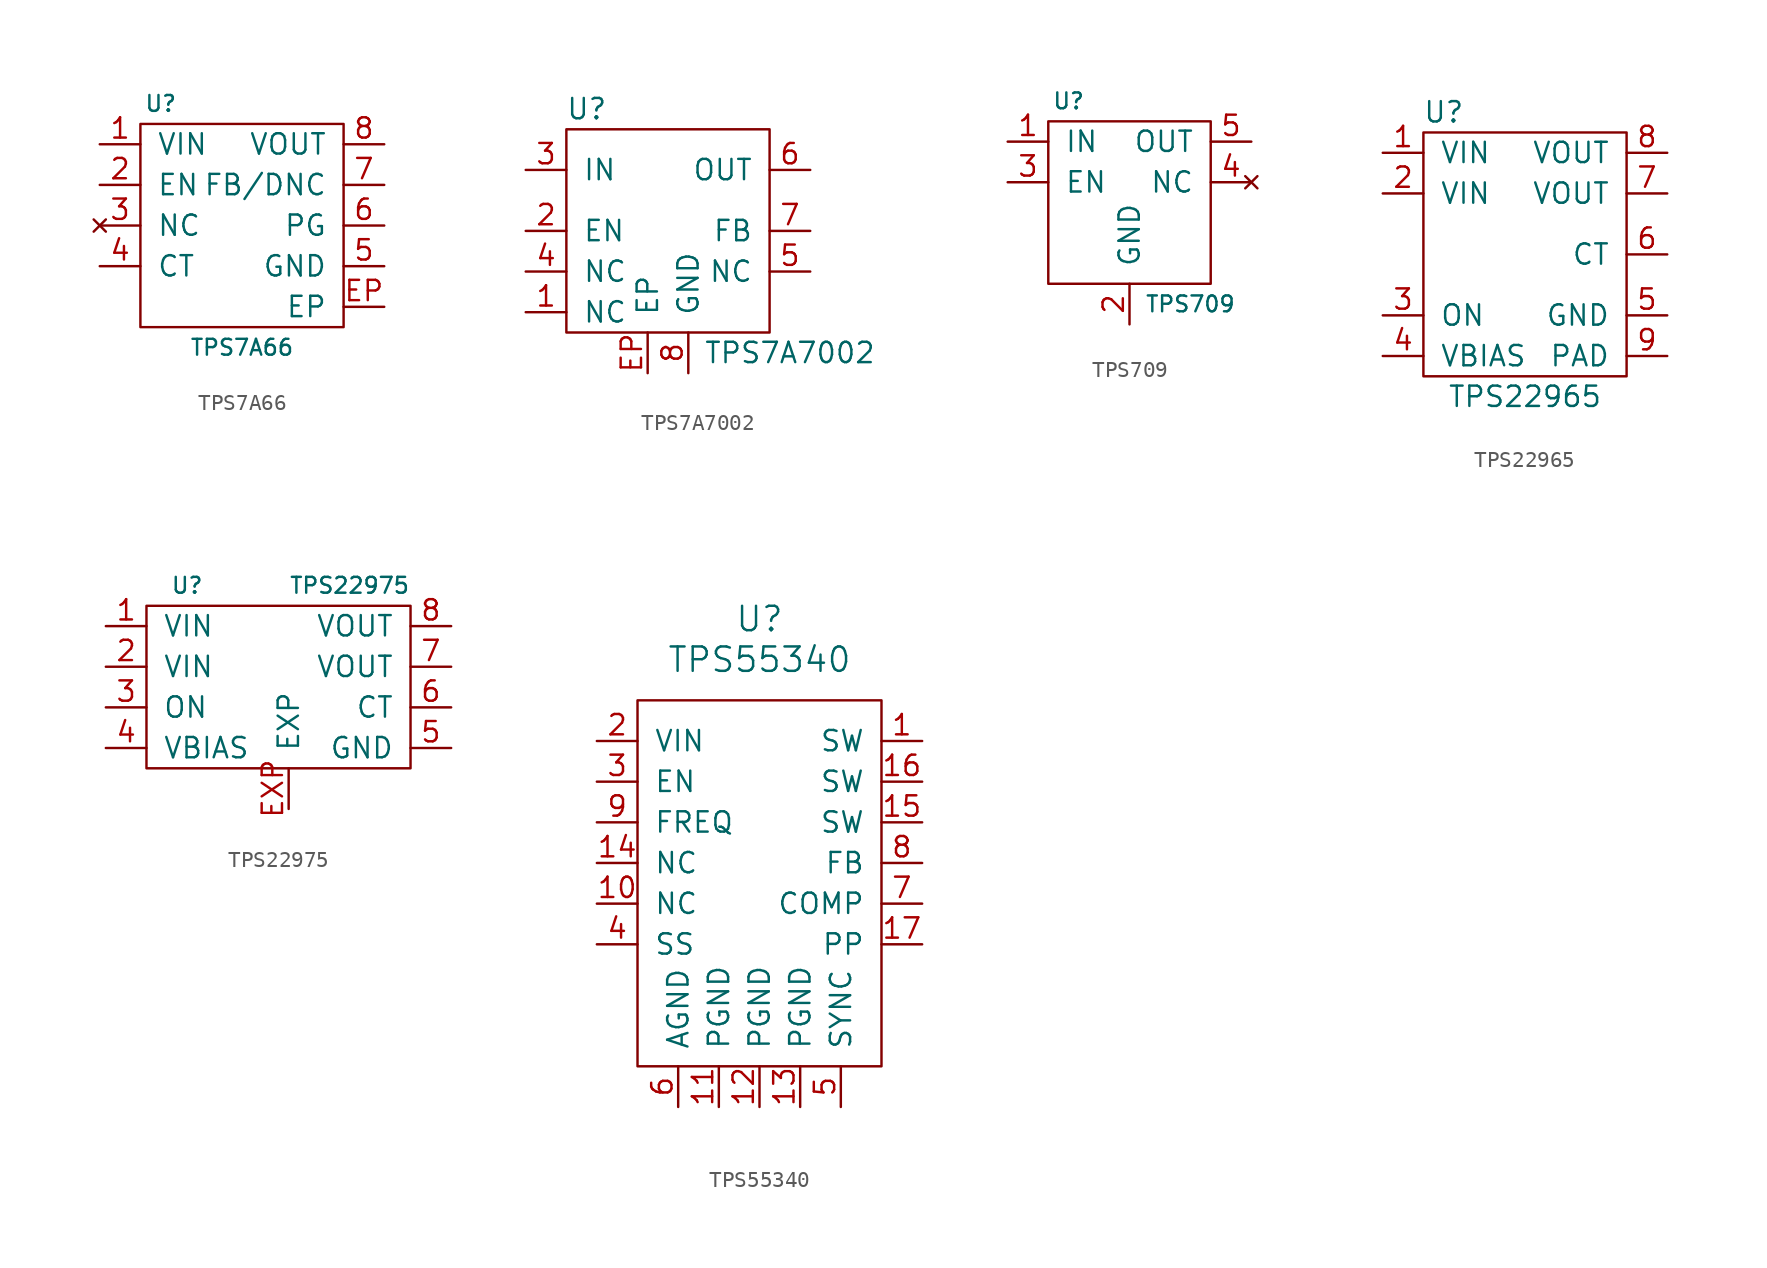
<source format=kicad_sym>
(kicad_symbol_lib
  (version 20211014)
  (generator kicad_symbol_editor)
  (symbol "TPS7A66"
    (pin_names
      (offset 1.016))
    (property "Reference" "U"
      (at -5.08 7.62 0)
      (effects (font (size 0.991 0.991))))
    (property "Value" "TPS7A66"
      (at 0 -7.62 0)
      (effects (font (size 0.991 0.991))))
    (symbol "TPS7A66_0_1"
      (rectangle (start -6.35 6.35) (end 6.35 -6.35) (stroke (width 0) (type default) (color 0 0 0 0)) (fill (type none))))
    (symbol "TPS7A66_1_1"
      (pin passive line (at -8.89 5.08 0) (length 2.54) (name "VIN" (effects (font (size 1.27 1.27)))) (number "1" (effects (font (size 1.27 1.27)))))
      (pin passive line (at -8.89 2.54 0) (length 2.54) (name "EN" (effects (font (size 1.27 1.27)))) (number "2" (effects (font (size 1.27 1.27)))))
      (pin no_connect line (at -8.89 0 0) (length 2.54) (name "NC" (effects (font (size 1.27 1.27)))) (number "3" (effects (font (size 1.27 1.27)))))
      (pin passive line (at -8.89 -2.54 0) (length 2.54) (name "CT" (effects (font (size 1.27 1.27)))) (number "4" (effects (font (size 1.27 1.27)))))
      (pin passive line (at 8.89 -2.54 180) (length 2.54) (name "GND" (effects (font (size 1.27 1.27)))) (number "5" (effects (font (size 1.27 1.27)))))
      (pin passive line (at 8.89 0 180) (length 2.54) (name "PG" (effects (font (size 1.27 1.27)))) (number "6" (effects (font (size 1.27 1.27)))))
      (pin passive line (at 8.89 2.54 180) (length 2.54) (name "FB/DNC" (effects (font (size 1.27 1.27)))) (number "7" (effects (font (size 1.27 1.27)))))
      (pin passive line (at 8.89 5.08 180) (length 2.54) (name "VOUT" (effects (font (size 1.27 1.27)))) (number "8" (effects (font (size 1.27 1.27)))))
      (pin input line (at 8.89 -5.08 180) (length 2.54) (name "EP" (effects (font (size 1.27 1.27)))) (number "EP" (effects (font (size 1.27 1.27)))))))
  (symbol "TPS7A7002"
    (pin_names
      (offset 1.016))
    (property "Reference" "U"
      (at -5.08 7.62 0)
      (effects (font (size 1.27 1.27))))
    (property "Value" "TPS7A7002"
      (at 7.62 -7.62 0)
      (effects (font (size 1.27 1.27))))
    (symbol "TPS7A7002_0_1"
      (rectangle (start -6.35 6.35) (end 6.35 -6.35) (stroke (width 0) (type default) (color 0 0 0 0)) (fill (type none))))
    (symbol "TPS7A7002_1_1"
      (pin passive line (at -8.89 -5.08 0) (length 2.54) (name "NC" (effects (font (size 1.27 1.27)))) (number "1" (effects (font (size 1.27 1.27)))))
      (pin passive line (at -8.89 0 0) (length 2.54) (name "EN" (effects (font (size 1.27 1.27)))) (number "2" (effects (font (size 1.27 1.27)))))
      (pin passive line (at -8.89 3.81 0) (length 2.54) (name "IN" (effects (font (size 1.27 1.27)))) (number "3" (effects (font (size 1.27 1.27)))))
      (pin passive line (at -8.89 -2.54 0) (length 2.54) (name "NC" (effects (font (size 1.27 1.27)))) (number "4" (effects (font (size 1.27 1.27)))))
      (pin passive line (at 8.89 -2.54 180) (length 2.54) (name "NC" (effects (font (size 1.27 1.27)))) (number "5" (effects (font (size 1.27 1.27)))))
      (pin passive line (at 8.89 3.81 180) (length 2.54) (name "OUT" (effects (font (size 1.27 1.27)))) (number "6" (effects (font (size 1.27 1.27)))))
      (pin passive line (at 8.89 0 180) (length 2.54) (name "FB" (effects (font (size 1.27 1.27)))) (number "7" (effects (font (size 1.27 1.27)))))
      (pin passive line (at 1.27 -8.89 90) (length 2.54) (name "GND" (effects (font (size 1.27 1.27)))) (number "8" (effects (font (size 1.27 1.27)))))
      (pin passive line (at -1.27 -8.89 90) (length 2.54) (name "EP" (effects (font (size 1.27 1.27)))) (number "EP" (effects (font (size 1.27 1.27)))))))
  (symbol "TPS709"
    (pin_names
      (offset 1.016))
    (property "Reference" "U"
      (at -3.81 6.35 0)
      (effects (font (size 0.991 0.991))))
    (property "Value" "TPS709"
      (at 3.81 -6.35 0)
      (effects (font (size 0.991 0.991))))
    (symbol "TPS709_0_1"
      (rectangle (start -5.08 5.08) (end 5.08 -5.08) (stroke (width 0) (type default) (color 0 0 0 0)) (fill (type none))))
    (symbol "TPS709_1_1"
      (pin passive line (at -7.62 3.81 0) (length 2.54) (name "IN" (effects (font (size 1.27 1.27)))) (number "1" (effects (font (size 1.27 1.27)))))
      (pin passive line (at 0 -7.62 90) (length 2.54) (name "GND" (effects (font (size 1.27 1.27)))) (number "2" (effects (font (size 1.27 1.27)))))
      (pin passive line (at -7.62 1.27 0) (length 2.54) (name "EN" (effects (font (size 1.27 1.27)))) (number "3" (effects (font (size 1.27 1.27)))))
      (pin no_connect line (at 7.62 1.27 180) (length 2.54) (name "NC" (effects (font (size 1.27 1.27)))) (number "4" (effects (font (size 1.27 1.27)))))
      (pin passive line (at 7.62 3.81 180) (length 2.54) (name "OUT" (effects (font (size 1.27 1.27)))) (number "5" (effects (font (size 1.27 1.27)))))))
  (symbol "TPS22965"
    (pin_names
      (offset 1.016))
    (property "Reference" "U"
      (at -5.08 8.89 0)
      (effects (font (size 1.27 1.27))))
    (property "Value" "TPS22965"
      (at 0 -8.89 0)
      (effects (font (size 1.27 1.27))))
    (symbol "TPS22965_0_1"
      (rectangle (start -6.35 7.62) (end 6.35 -7.62) (stroke (width 0) (type default) (color 0 0 0 0)) (fill (type none))))
    (symbol "TPS22965_1_1"
      (pin passive line (at -8.89 6.35 0) (length 2.54) (name "VIN" (effects (font (size 1.27 1.27)))) (number "1" (effects (font (size 1.27 1.27)))))
      (pin passive line (at -8.89 3.81 0) (length 2.54) (name "VIN" (effects (font (size 1.27 1.27)))) (number "2" (effects (font (size 1.27 1.27)))))
      (pin passive line (at -8.89 -3.81 0) (length 2.54) (name "ON" (effects (font (size 1.27 1.27)))) (number "3" (effects (font (size 1.27 1.27)))))
      (pin passive line (at -8.89 -6.35 0) (length 2.54) (name "VBIAS" (effects (font (size 1.27 1.27)))) (number "4" (effects (font (size 1.27 1.27)))))
      (pin passive line (at 8.89 -3.81 180) (length 2.54) (name "GND" (effects (font (size 1.27 1.27)))) (number "5" (effects (font (size 1.27 1.27)))))
      (pin passive line (at 8.89 0 180) (length 2.54) (name "CT" (effects (font (size 1.27 1.27)))) (number "6" (effects (font (size 1.27 1.27)))))
      (pin passive line (at 8.89 3.81 180) (length 2.54) (name "VOUT" (effects (font (size 1.27 1.27)))) (number "7" (effects (font (size 1.27 1.27)))))
      (pin passive line (at 8.89 6.35 180) (length 2.54) (name "VOUT" (effects (font (size 1.27 1.27)))) (number "8" (effects (font (size 1.27 1.27)))))
      (pin passive line (at 8.89 -6.35 180) (length 2.54) (name "PAD" (effects (font (size 1.27 1.27)))) (number "9" (effects (font (size 1.27 1.27)))))))
  (symbol "TPS22975"
    (pin_names
      (offset 1.016))
    (property "Reference" "U"
      (at -6.35 6.35 0)
      (effects (font (size 0.991 0.991))))
    (property "Value" "TPS22975"
      (at 3.81 6.35 0)
      (effects (font (size 0.991 0.991))))
    (symbol "TPS22975_0_1"
      (rectangle (start -8.89 5.08) (end 7.62 -5.08) (stroke (width 0) (type default) (color 0 0 0 0)) (fill (type none))))
    (symbol "TPS22975_1_1"
      (pin passive line (at -11.43 3.81 0) (length 2.54) (name "VIN" (effects (font (size 1.27 1.27)))) (number "1" (effects (font (size 1.27 1.27)))))
      (pin passive line (at -11.43 1.27 0) (length 2.54) (name "VIN" (effects (font (size 1.27 1.27)))) (number "2" (effects (font (size 1.27 1.27)))))
      (pin passive line (at -11.43 -1.27 0) (length 2.54) (name "ON" (effects (font (size 1.27 1.27)))) (number "3" (effects (font (size 1.27 1.27)))))
      (pin passive line (at -11.43 -3.81 0) (length 2.54) (name "VBIAS" (effects (font (size 1.27 1.27)))) (number "4" (effects (font (size 1.27 1.27)))))
      (pin passive line (at 10.16 -3.81 180) (length 2.54) (name "GND" (effects (font (size 1.27 1.27)))) (number "5" (effects (font (size 1.27 1.27)))))
      (pin passive line (at 10.16 -1.27 180) (length 2.54) (name "CT" (effects (font (size 1.27 1.27)))) (number "6" (effects (font (size 1.27 1.27)))))
      (pin passive line (at 10.16 1.27 180) (length 2.54) (name "VOUT" (effects (font (size 1.27 1.27)))) (number "7" (effects (font (size 1.27 1.27)))))
      (pin passive line (at 10.16 3.81 180) (length 2.54) (name "VOUT" (effects (font (size 1.27 1.27)))) (number "8" (effects (font (size 1.27 1.27)))))
      (pin passive line (at 0 -7.62 90) (length 2.54) (name "EXP" (effects (font (size 1.27 1.27)))) (number "EXP" (effects (font (size 1.27 1.27)))))))
  (symbol "TPS55340"
    (pin_names
      (offset 1.016))
    (property "Reference" "U"
      (at 0 16.51 0)
      (effects (font (size 1.524 1.524))))
    (property "Value" "TPS55340"
      (at 0 13.97 0)
      (effects (font (size 1.524 1.524))))
    (symbol "TPS55340_0_1"
      (rectangle (start -7.62 11.43) (end 7.62 -11.43) (stroke (width 0) (type default) (color 0 0 0 0)) (fill (type none))))
    (symbol "TPS55340_1_1"
      (pin input line (at 10.16 8.89 180) (length 2.54) (name "SW" (effects (font (size 1.27 1.27)))) (number "1" (effects (font (size 1.27 1.27)))))
      (pin input line (at -10.16 -1.27 0) (length 2.54) (name "NC" (effects (font (size 1.27 1.27)))) (number "10" (effects (font (size 1.27 1.27)))))
      (pin input line (at -2.54 -13.97 90) (length 2.54) (name "PGND" (effects (font (size 1.27 1.27)))) (number "11" (effects (font (size 1.27 1.27)))))
      (pin input line (at 0 -13.97 90) (length 2.54) (name "PGND" (effects (font (size 1.27 1.27)))) (number "12" (effects (font (size 1.27 1.27)))))
      (pin input line (at 2.54 -13.97 90) (length 2.54) (name "PGND" (effects (font (size 1.27 1.27)))) (number "13" (effects (font (size 1.27 1.27)))))
      (pin input line (at -10.16 1.27 0) (length 2.54) (name "NC" (effects (font (size 1.27 1.27)))) (number "14" (effects (font (size 1.27 1.27)))))
      (pin input line (at 10.16 3.81 180) (length 2.54) (name "SW" (effects (font (size 1.27 1.27)))) (number "15" (effects (font (size 1.27 1.27)))))
      (pin input line (at 10.16 6.35 180) (length 2.54) (name "SW" (effects (font (size 1.27 1.27)))) (number "16" (effects (font (size 1.27 1.27)))))
      (pin input line (at 10.16 -3.81 180) (length 2.54) (name "PP" (effects (font (size 1.27 1.27)))) (number "17" (effects (font (size 1.27 1.27)))))
      (pin input line (at -10.16 8.89 0) (length 2.54) (name "VIN" (effects (font (size 1.27 1.27)))) (number "2" (effects (font (size 1.27 1.27)))))
      (pin input line (at -10.16 6.35 0) (length 2.54) (name "EN" (effects (font (size 1.27 1.27)))) (number "3" (effects (font (size 1.27 1.27)))))
      (pin input line (at -10.16 -3.81 0) (length 2.54) (name "SS" (effects (font (size 1.27 1.27)))) (number "4" (effects (font (size 1.27 1.27)))))
      (pin input line (at 5.08 -13.97 90) (length 2.54) (name "SYNC" (effects (font (size 1.27 1.27)))) (number "5" (effects (font (size 1.27 1.27)))))
      (pin input line (at -5.08 -13.97 90) (length 2.54) (name "AGND" (effects (font (size 1.27 1.27)))) (number "6" (effects (font (size 1.27 1.27)))))
      (pin input line (at 10.16 -1.27 180) (length 2.54) (name "COMP" (effects (font (size 1.27 1.27)))) (number "7" (effects (font (size 1.27 1.27)))))
      (pin input line (at 10.16 1.27 180) (length 2.54) (name "FB" (effects (font (size 1.27 1.27)))) (number "8" (effects (font (size 1.27 1.27)))))
      (pin input line (at -10.16 3.81 0) (length 2.54) (name "FREQ" (effects (font (size 1.27 1.27)))) (number "9" (effects (font (size 1.27 1.27))))))))
</source>
